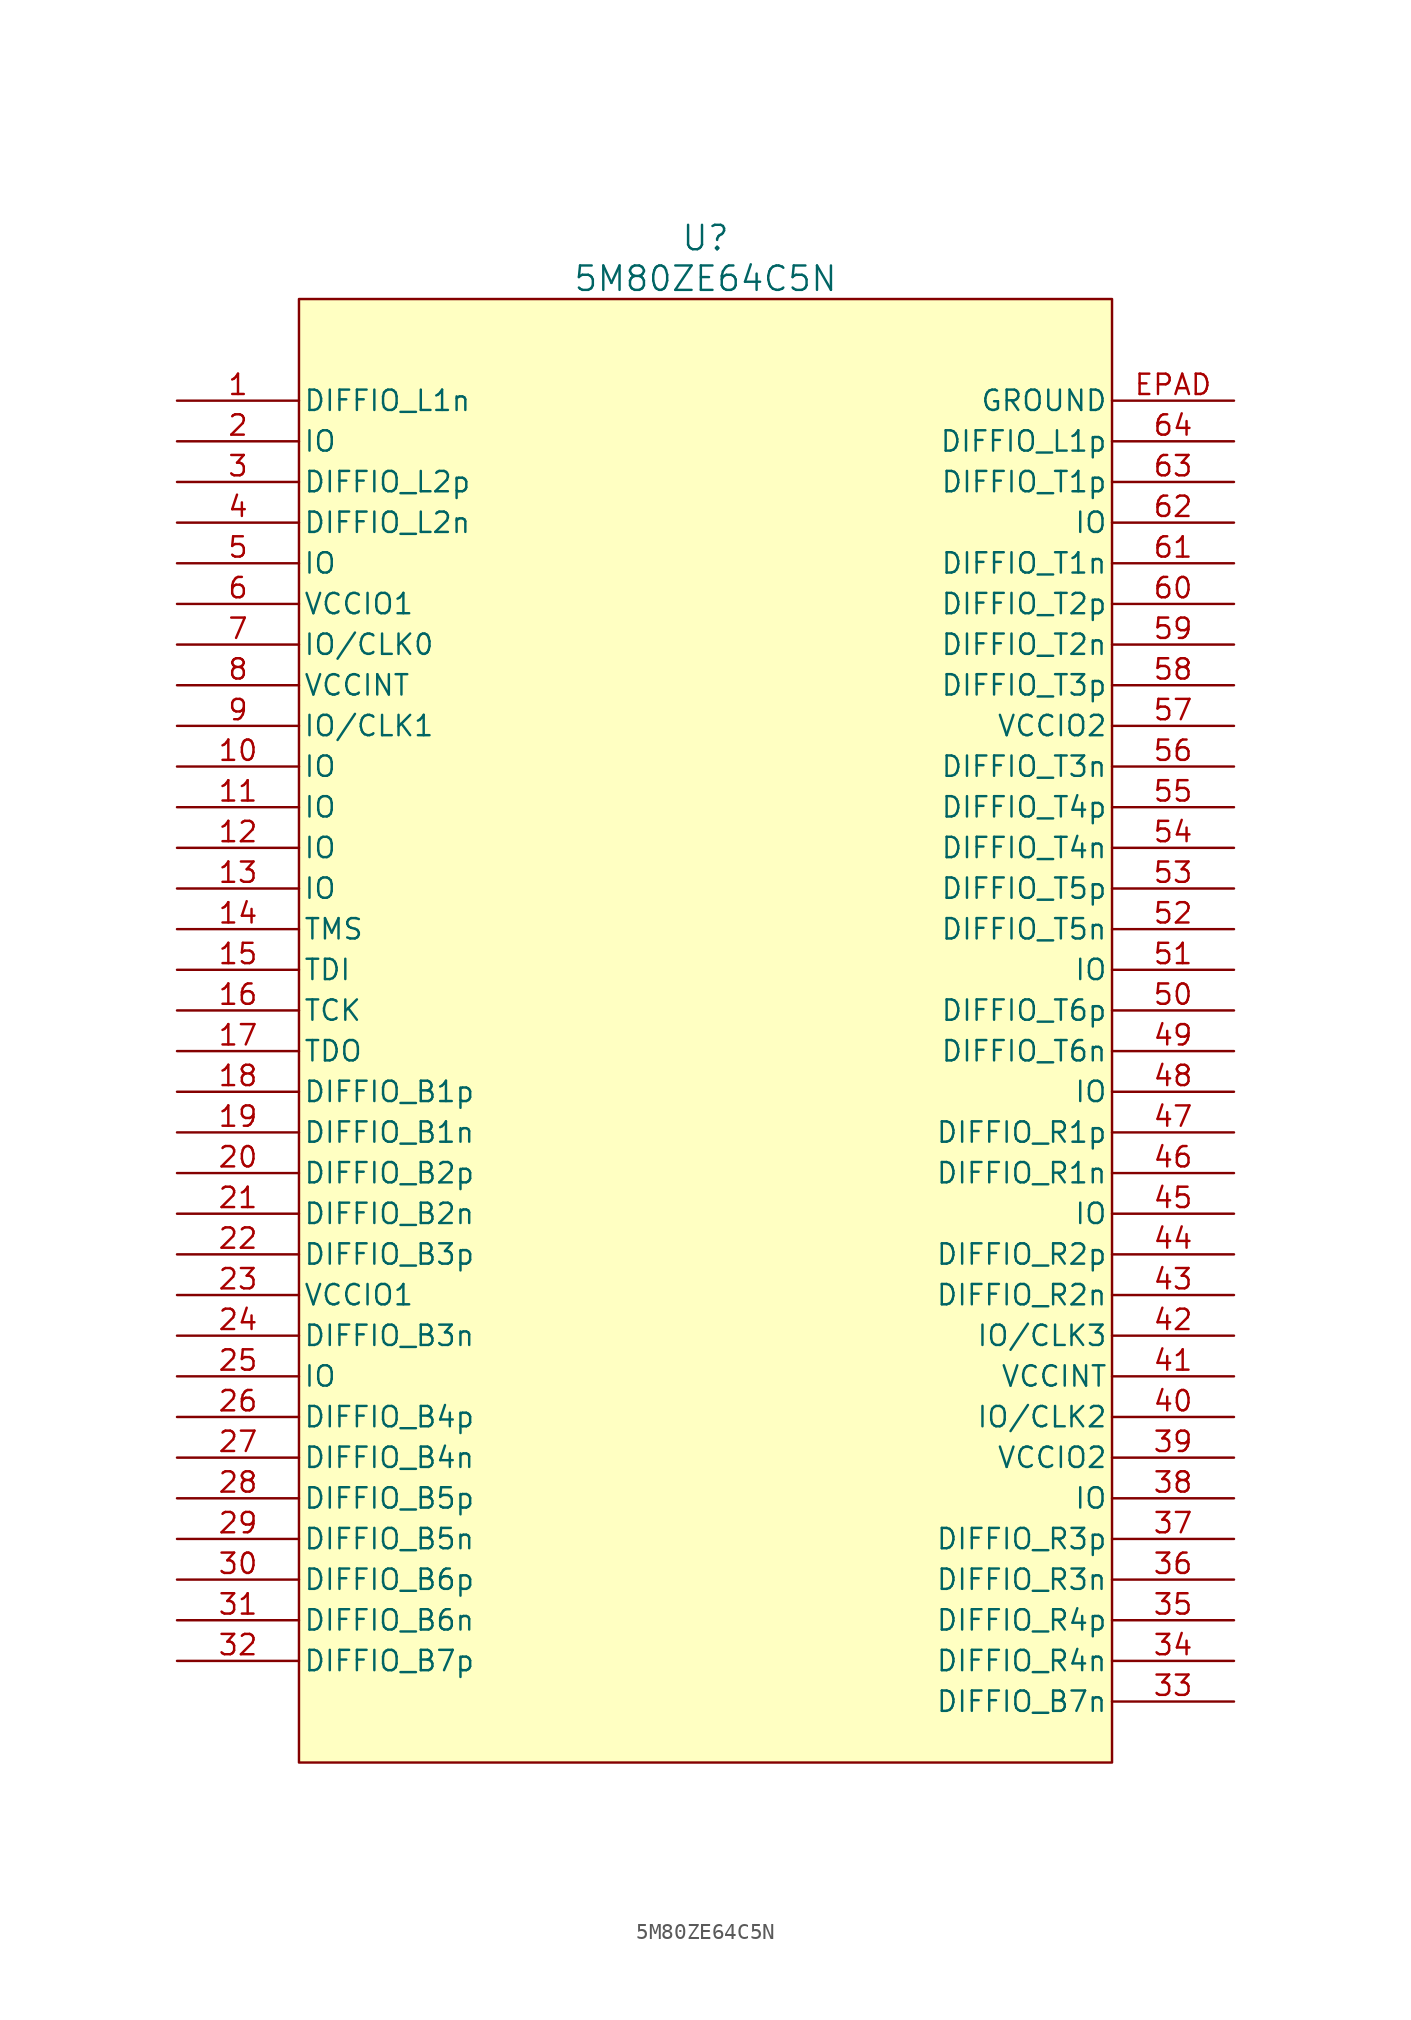
<source format=kicad_sym>
(kicad_symbol_lib
  (version 20241209)
  (generator "kicad_symbol_editor")
  (generator_version "9.0")
  (symbol "5M80ZE64C5N"
    (pin_names
      (offset 0.254))
    (property "Reference" "U"
      (at 33.02 10.16 0)
      (effects (font (size 1.524 1.524))))
    (property "Value" "5M80ZE64C5N"
      (at 33.02 7.62 0)
      (effects (font (size 1.524 1.524))))
    (property "ki_locked" ""
      (at 0 0 0)
      (effects (font (size 1.27 1.27))))
    (symbol "5M80ZE64C5N_0_1"
      (pin bidirectional line (at 0 0 0) (length 7.62) (name "DIFFIO_L1n" (effects (font (size 1.27 1.27)))) (number "1" (effects (font (size 1.27 1.27)))))
      (pin bidirectional line (at 0 -2.54 0) (length 7.62) (name "IO" (effects (font (size 1.27 1.27)))) (number "2" (effects (font (size 1.27 1.27)))))
      (pin bidirectional line (at 0 -5.08 0) (length 7.62) (name "DIFFIO_L2p" (effects (font (size 1.27 1.27)))) (number "3" (effects (font (size 1.27 1.27)))))
      (pin bidirectional line (at 0 -7.62 0) (length 7.62) (name "DIFFIO_L2n" (effects (font (size 1.27 1.27)))) (number "4" (effects (font (size 1.27 1.27)))))
      (pin bidirectional line (at 0 -10.16 0) (length 7.62) (name "IO" (effects (font (size 1.27 1.27)))) (number "5" (effects (font (size 1.27 1.27)))))
      (pin power_in line (at 0 -12.7 0) (length 7.62) (name "VCCIO1" (effects (font (size 1.27 1.27)))) (number "6" (effects (font (size 1.27 1.27)))))
      (pin bidirectional line (at 0 -15.24 0) (length 7.62) (name "IO/CLK0" (effects (font (size 1.27 1.27)))) (number "7" (effects (font (size 1.27 1.27)))))
      (pin power_in line (at 0 -17.78 0) (length 7.62) (name "VCCINT" (effects (font (size 1.27 1.27)))) (number "8" (effects (font (size 1.27 1.27)))))
      (pin bidirectional line (at 0 -20.32 0) (length 7.62) (name "IO/CLK1" (effects (font (size 1.27 1.27)))) (number "9" (effects (font (size 1.27 1.27)))))
      (pin bidirectional line (at 0 -22.86 0) (length 7.62) (name "IO" (effects (font (size 1.27 1.27)))) (number "10" (effects (font (size 1.27 1.27)))))
      (pin bidirectional line (at 0 -25.4 0) (length 7.62) (name "IO" (effects (font (size 1.27 1.27)))) (number "11" (effects (font (size 1.27 1.27)))))
      (pin bidirectional line (at 0 -27.94 0) (length 7.62) (name "IO" (effects (font (size 1.27 1.27)))) (number "12" (effects (font (size 1.27 1.27)))))
      (pin bidirectional line (at 0 -30.48 0) (length 7.62) (name "IO" (effects (font (size 1.27 1.27)))) (number "13" (effects (font (size 1.27 1.27)))))
      (pin unspecified line (at 0 -33.02 0) (length 7.62) (name "TMS" (effects (font (size 1.27 1.27)))) (number "14" (effects (font (size 1.27 1.27)))))
      (pin unspecified line (at 0 -35.56 0) (length 7.62) (name "TDI" (effects (font (size 1.27 1.27)))) (number "15" (effects (font (size 1.27 1.27)))))
      (pin unspecified line (at 0 -38.1 0) (length 7.62) (name "TCK" (effects (font (size 1.27 1.27)))) (number "16" (effects (font (size 1.27 1.27)))))
      (pin unspecified line (at 0 -40.64 0) (length 7.62) (name "TDO" (effects (font (size 1.27 1.27)))) (number "17" (effects (font (size 1.27 1.27)))))
      (pin bidirectional line (at 0 -43.18 0) (length 7.62) (name "DIFFIO_B1p" (effects (font (size 1.27 1.27)))) (number "18" (effects (font (size 1.27 1.27)))))
      (pin bidirectional line (at 0 -45.72 0) (length 7.62) (name "DIFFIO_B1n" (effects (font (size 1.27 1.27)))) (number "19" (effects (font (size 1.27 1.27)))))
      (pin bidirectional line (at 0 -48.26 0) (length 7.62) (name "DIFFIO_B2p" (effects (font (size 1.27 1.27)))) (number "20" (effects (font (size 1.27 1.27)))))
      (pin bidirectional line (at 0 -50.8 0) (length 7.62) (name "DIFFIO_B2n" (effects (font (size 1.27 1.27)))) (number "21" (effects (font (size 1.27 1.27)))))
      (pin bidirectional line (at 0 -53.34 0) (length 7.62) (name "DIFFIO_B3p" (effects (font (size 1.27 1.27)))) (number "22" (effects (font (size 1.27 1.27)))))
      (pin power_in line (at 0 -55.88 0) (length 7.62) (name "VCCIO1" (effects (font (size 1.27 1.27)))) (number "23" (effects (font (size 1.27 1.27)))))
      (pin bidirectional line (at 0 -58.42 0) (length 7.62) (name "DIFFIO_B3n" (effects (font (size 1.27 1.27)))) (number "24" (effects (font (size 1.27 1.27)))))
      (pin bidirectional line (at 0 -60.96 0) (length 7.62) (name "IO" (effects (font (size 1.27 1.27)))) (number "25" (effects (font (size 1.27 1.27)))))
      (pin bidirectional line (at 0 -63.5 0) (length 7.62) (name "DIFFIO_B4p" (effects (font (size 1.27 1.27)))) (number "26" (effects (font (size 1.27 1.27)))))
      (pin bidirectional line (at 0 -66.04 0) (length 7.62) (name "DIFFIO_B4n" (effects (font (size 1.27 1.27)))) (number "27" (effects (font (size 1.27 1.27)))))
      (pin bidirectional line (at 0 -68.58 0) (length 7.62) (name "DIFFIO_B5p" (effects (font (size 1.27 1.27)))) (number "28" (effects (font (size 1.27 1.27)))))
      (pin bidirectional line (at 0 -71.12 0) (length 7.62) (name "DIFFIO_B5n" (effects (font (size 1.27 1.27)))) (number "29" (effects (font (size 1.27 1.27)))))
      (pin bidirectional line (at 0 -73.66 0) (length 7.62) (name "DIFFIO_B6p" (effects (font (size 1.27 1.27)))) (number "30" (effects (font (size 1.27 1.27)))))
      (pin bidirectional line (at 0 -76.2 0) (length 7.62) (name "DIFFIO_B6n" (effects (font (size 1.27 1.27)))) (number "31" (effects (font (size 1.27 1.27)))))
      (pin bidirectional line (at 0 -78.74 0) (length 7.62) (name "DIFFIO_B7p" (effects (font (size 1.27 1.27)))) (number "32" (effects (font (size 1.27 1.27)))))
      (pin power_out line (at 66.04 0 180) (length 7.62) (name "GROUND" (effects (font (size 1.27 1.27)))) (number "EPAD" (effects (font (size 1.27 1.27)))))
      (pin bidirectional line (at 66.04 -2.54 180) (length 7.62) (name "DIFFIO_L1p" (effects (font (size 1.27 1.27)))) (number "64" (effects (font (size 1.27 1.27)))))
      (pin bidirectional line (at 66.04 -5.08 180) (length 7.62) (name "DIFFIO_T1p" (effects (font (size 1.27 1.27)))) (number "63" (effects (font (size 1.27 1.27)))))
      (pin bidirectional line (at 66.04 -7.62 180) (length 7.62) (name "IO" (effects (font (size 1.27 1.27)))) (number "62" (effects (font (size 1.27 1.27)))))
      (pin bidirectional line (at 66.04 -10.16 180) (length 7.62) (name "DIFFIO_T1n" (effects (font (size 1.27 1.27)))) (number "61" (effects (font (size 1.27 1.27)))))
      (pin bidirectional line (at 66.04 -12.7 180) (length 7.62) (name "DIFFIO_T2p" (effects (font (size 1.27 1.27)))) (number "60" (effects (font (size 1.27 1.27)))))
      (pin bidirectional line (at 66.04 -15.24 180) (length 7.62) (name "DIFFIO_T2n" (effects (font (size 1.27 1.27)))) (number "59" (effects (font (size 1.27 1.27)))))
      (pin bidirectional line (at 66.04 -17.78 180) (length 7.62) (name "DIFFIO_T3p" (effects (font (size 1.27 1.27)))) (number "58" (effects (font (size 1.27 1.27)))))
      (pin power_in line (at 66.04 -20.32 180) (length 7.62) (name "VCCIO2" (effects (font (size 1.27 1.27)))) (number "57" (effects (font (size 1.27 1.27)))))
      (pin bidirectional line (at 66.04 -22.86 180) (length 7.62) (name "DIFFIO_T3n" (effects (font (size 1.27 1.27)))) (number "56" (effects (font (size 1.27 1.27)))))
      (pin bidirectional line (at 66.04 -25.4 180) (length 7.62) (name "DIFFIO_T4p" (effects (font (size 1.27 1.27)))) (number "55" (effects (font (size 1.27 1.27)))))
      (pin bidirectional line (at 66.04 -27.94 180) (length 7.62) (name "DIFFIO_T4n" (effects (font (size 1.27 1.27)))) (number "54" (effects (font (size 1.27 1.27)))))
      (pin bidirectional line (at 66.04 -30.48 180) (length 7.62) (name "DIFFIO_T5p" (effects (font (size 1.27 1.27)))) (number "53" (effects (font (size 1.27 1.27)))))
      (pin bidirectional line (at 66.04 -33.02 180) (length 7.62) (name "DIFFIO_T5n" (effects (font (size 1.27 1.27)))) (number "52" (effects (font (size 1.27 1.27)))))
      (pin bidirectional line (at 66.04 -35.56 180) (length 7.62) (name "IO" (effects (font (size 1.27 1.27)))) (number "51" (effects (font (size 1.27 1.27)))))
      (pin bidirectional line (at 66.04 -38.1 180) (length 7.62) (name "DIFFIO_T6p" (effects (font (size 1.27 1.27)))) (number "50" (effects (font (size 1.27 1.27)))))
      (pin bidirectional line (at 66.04 -40.64 180) (length 7.62) (name "DIFFIO_T6n" (effects (font (size 1.27 1.27)))) (number "49" (effects (font (size 1.27 1.27)))))
      (pin bidirectional line (at 66.04 -43.18 180) (length 7.62) (name "IO" (effects (font (size 1.27 1.27)))) (number "48" (effects (font (size 1.27 1.27)))))
      (pin bidirectional line (at 66.04 -45.72 180) (length 7.62) (name "DIFFIO_R1p" (effects (font (size 1.27 1.27)))) (number "47" (effects (font (size 1.27 1.27)))))
      (pin bidirectional line (at 66.04 -48.26 180) (length 7.62) (name "DIFFIO_R1n" (effects (font (size 1.27 1.27)))) (number "46" (effects (font (size 1.27 1.27)))))
      (pin bidirectional line (at 66.04 -50.8 180) (length 7.62) (name "IO" (effects (font (size 1.27 1.27)))) (number "45" (effects (font (size 1.27 1.27)))))
      (pin bidirectional line (at 66.04 -53.34 180) (length 7.62) (name "DIFFIO_R2p" (effects (font (size 1.27 1.27)))) (number "44" (effects (font (size 1.27 1.27)))))
      (pin bidirectional line (at 66.04 -55.88 180) (length 7.62) (name "DIFFIO_R2n" (effects (font (size 1.27 1.27)))) (number "43" (effects (font (size 1.27 1.27)))))
      (pin bidirectional line (at 66.04 -58.42 180) (length 7.62) (name "IO/CLK3" (effects (font (size 1.27 1.27)))) (number "42" (effects (font (size 1.27 1.27)))))
      (pin power_in line (at 66.04 -60.96 180) (length 7.62) (name "VCCINT" (effects (font (size 1.27 1.27)))) (number "41" (effects (font (size 1.27 1.27)))))
      (pin bidirectional line (at 66.04 -63.5 180) (length 7.62) (name "IO/CLK2" (effects (font (size 1.27 1.27)))) (number "40" (effects (font (size 1.27 1.27)))))
      (pin power_in line (at 66.04 -66.04 180) (length 7.62) (name "VCCIO2" (effects (font (size 1.27 1.27)))) (number "39" (effects (font (size 1.27 1.27)))))
      (pin bidirectional line (at 66.04 -68.58 180) (length 7.62) (name "IO" (effects (font (size 1.27 1.27)))) (number "38" (effects (font (size 1.27 1.27)))))
      (pin bidirectional line (at 66.04 -71.12 180) (length 7.62) (name "DIFFIO_R3p" (effects (font (size 1.27 1.27)))) (number "37" (effects (font (size 1.27 1.27)))))
      (pin bidirectional line (at 66.04 -73.66 180) (length 7.62) (name "DIFFIO_R3n" (effects (font (size 1.27 1.27)))) (number "36" (effects (font (size 1.27 1.27)))))
      (pin bidirectional line (at 66.04 -76.2 180) (length 7.62) (name "DIFFIO_R4p" (effects (font (size 1.27 1.27)))) (number "35" (effects (font (size 1.27 1.27)))))
      (pin bidirectional line (at 66.04 -78.74 180) (length 7.62) (name "DIFFIO_R4n" (effects (font (size 1.27 1.27)))) (number "34" (effects (font (size 1.27 1.27)))))
      (pin bidirectional line (at 66.04 -81.28 180) (length 7.62) (name "DIFFIO_B7n" (effects (font (size 1.27 1.27)))) (number "33" (effects (font (size 1.27 1.27))))))
    (symbol "5M80ZE64C5N_1_1"
      (rectangle (start 7.62 6.35) (end 58.42 -85.09) (stroke (width 0) (type default)) (fill (type background))))))
</source>
